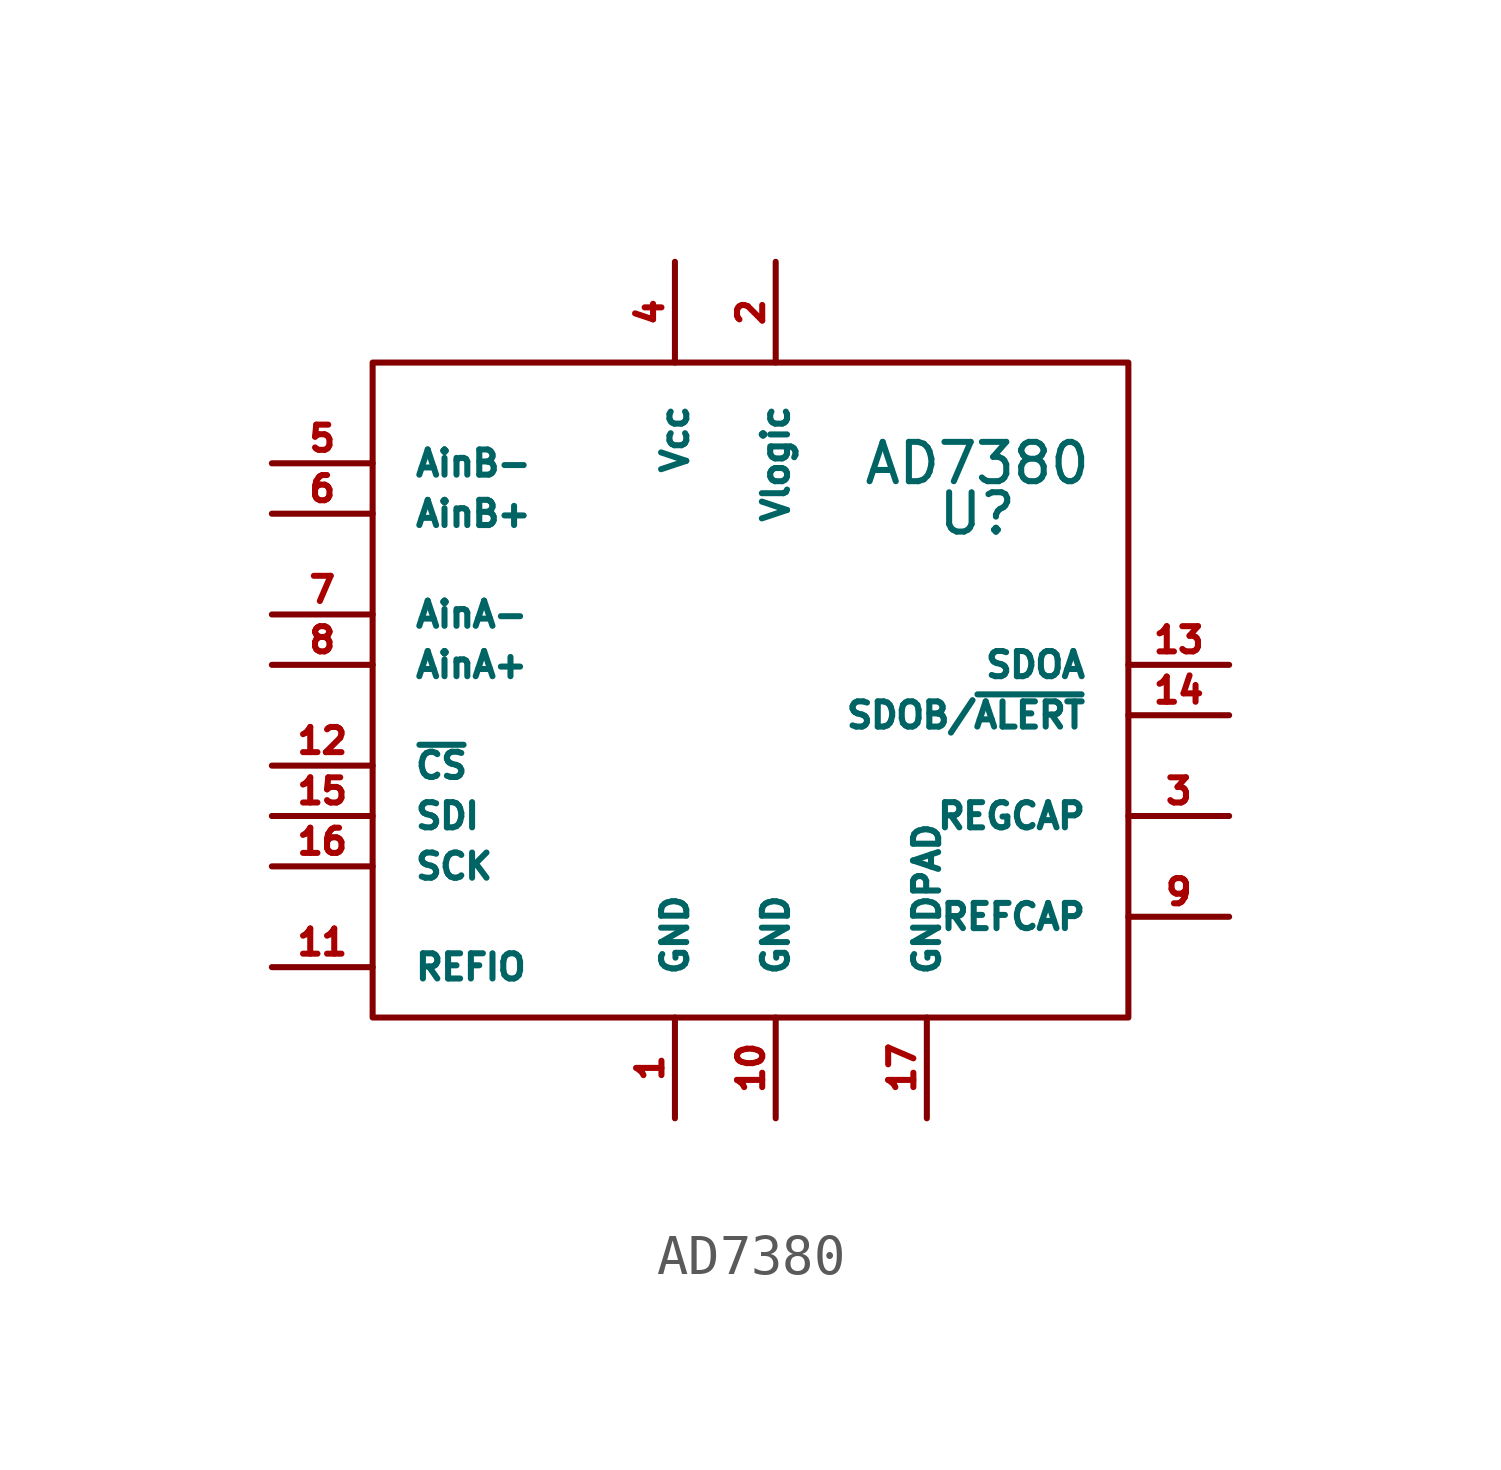
<source format=kicad_sym>
(kicad_symbol_lib
  (version 20220914)
  (generator kicad_symbol_editor)
  (symbol "AD7380"
    (pin_names
      (offset 1.016))
    (property "Reference" "U"
      (at 6.35 5.08 0)
      (effects (font (size 0.991 0.991))))
    (property "Value" "AD7380"
      (at 6.35 6.35 0)
      (effects (font (size 0.991 0.991))))
    (symbol "AD7380_0_1"
      (rectangle (start -8.89 8.89) (end 10.16 -7.62) (stroke (width 0) (type solid)) (fill (type none))))
    (symbol "AD7380_1_1"
      (pin power_in line (at -1.27 -10.16 90) (length 2.54) (name "GND" (effects (font (size 0.635 0.635)))) (number "1" (effects (font (size 0.635 0.635)))))
      (pin power_in line (at 1.27 -10.16 90) (length 2.54) (name "GND" (effects (font (size 0.635 0.635)))) (number "10" (effects (font (size 0.635 0.635)))))
      (pin bidirectional line (at -11.43 -6.35 0) (length 2.54) (name "REFIO" (effects (font (size 0.635 0.635)))) (number "11" (effects (font (size 0.635 0.635)))))
      (pin input line (at -11.43 -1.27 0) (length 2.54) (name "~{CS}" (effects (font (size 0.635 0.635)))) (number "12" (effects (font (size 0.635 0.635)))))
      (pin output line (at 12.7 1.27 180) (length 2.54) (name "SDOA" (effects (font (size 0.635 0.635)))) (number "13" (effects (font (size 0.635 0.635)))))
      (pin output line (at 12.7 0 180) (length 2.54) (name "SDOB/~{ALERT}" (effects (font (size 0.635 0.635)))) (number "14" (effects (font (size 0.635 0.635)))))
      (pin input line (at -11.43 -2.54 0) (length 2.54) (name "SDI" (effects (font (size 0.635 0.635)))) (number "15" (effects (font (size 0.635 0.635)))))
      (pin input line (at -11.43 -3.81 0) (length 2.54) (name "SCK" (effects (font (size 0.635 0.635)))) (number "16" (effects (font (size 0.635 0.635)))))
      (pin power_in line (at 5.08 -10.16 90) (length 2.54) (name "GNDPAD" (effects (font (size 0.635 0.635)))) (number "17" (effects (font (size 0.635 0.635)))))
      (pin power_in line (at 1.27 11.43 270) (length 2.54) (name "Vlogic" (effects (font (size 0.635 0.635)))) (number "2" (effects (font (size 0.635 0.635)))))
      (pin power_out line (at 12.7 -2.54 180) (length 2.54) (name "REGCAP" (effects (font (size 0.635 0.635)))) (number "3" (effects (font (size 0.635 0.635)))))
      (pin power_in line (at -1.27 11.43 270) (length 2.54) (name "Vcc" (effects (font (size 0.635 0.635)))) (number "4" (effects (font (size 0.635 0.635)))))
      (pin input line (at -11.43 6.35 0) (length 2.54) (name "AinB-" (effects (font (size 0.635 0.635)))) (number "5" (effects (font (size 0.635 0.635)))))
      (pin input line (at -11.43 5.08 0) (length 2.54) (name "AinB+" (effects (font (size 0.635 0.635)))) (number "6" (effects (font (size 0.635 0.635)))))
      (pin input line (at -11.43 2.54 0) (length 2.54) (name "AinA-" (effects (font (size 0.635 0.635)))) (number "7" (effects (font (size 0.635 0.635)))))
      (pin input line (at -11.43 1.27 0) (length 2.54) (name "AinA+" (effects (font (size 0.635 0.635)))) (number "8" (effects (font (size 0.635 0.635)))))
      (pin power_out line (at 12.7 -5.08 180) (length 2.54) (name "REFCAP" (effects (font (size 0.635 0.635)))) (number "9" (effects (font (size 0.635 0.635))))))))
</source>
